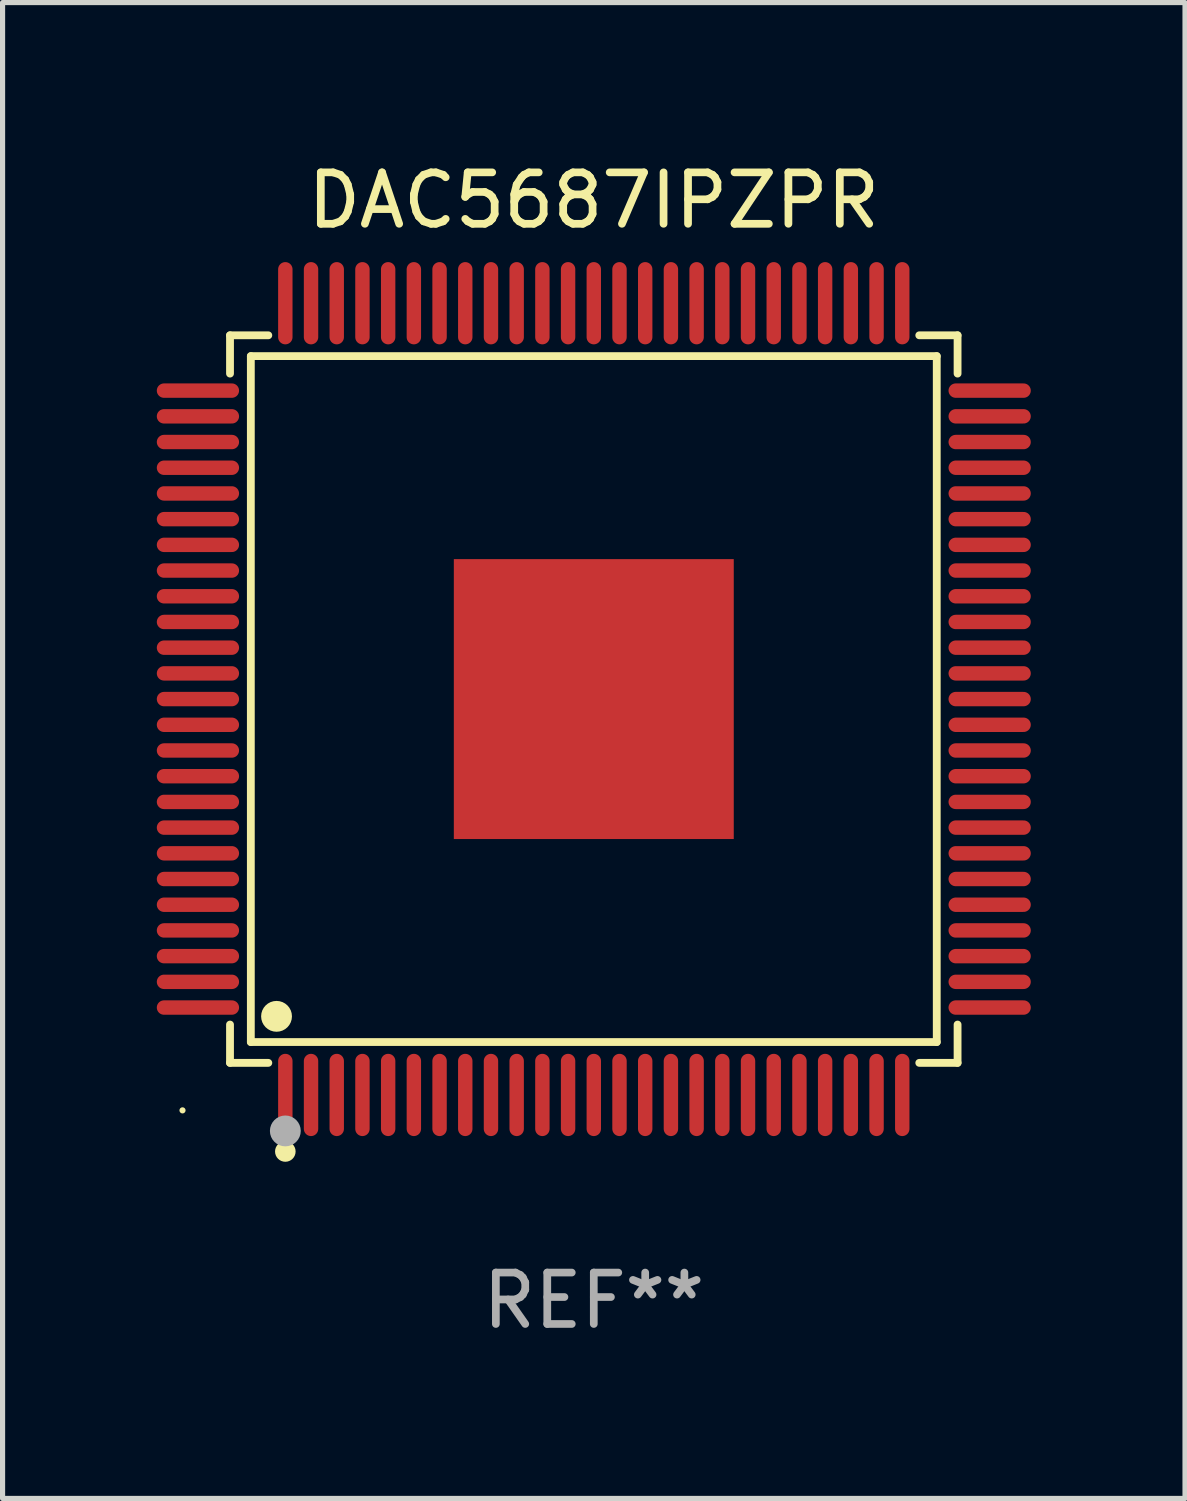
<source format=kicad_pcb>
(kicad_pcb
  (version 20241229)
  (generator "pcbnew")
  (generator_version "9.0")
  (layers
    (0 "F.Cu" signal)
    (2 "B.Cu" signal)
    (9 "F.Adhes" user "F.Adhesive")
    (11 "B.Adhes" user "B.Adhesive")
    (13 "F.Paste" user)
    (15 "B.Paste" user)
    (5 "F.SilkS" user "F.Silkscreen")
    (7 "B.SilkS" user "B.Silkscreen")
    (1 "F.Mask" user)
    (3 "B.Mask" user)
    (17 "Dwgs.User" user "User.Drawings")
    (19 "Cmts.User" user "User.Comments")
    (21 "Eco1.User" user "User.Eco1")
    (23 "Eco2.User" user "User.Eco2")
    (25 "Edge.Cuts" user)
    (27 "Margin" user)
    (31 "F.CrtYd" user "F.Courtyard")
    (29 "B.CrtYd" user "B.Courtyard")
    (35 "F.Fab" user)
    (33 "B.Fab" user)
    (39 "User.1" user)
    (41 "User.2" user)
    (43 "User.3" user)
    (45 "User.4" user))
  (footprint "DAC5687IPZPR"
    (layer "F.Cu")
    (at 8.5 10.548)
    (property "Reference" "DAC5687IPZPR" (at 0 -9.7 0) (layer "F.SilkS") (effects (font (size 1 1) (thickness 0.15))))
    (attr through_hole)
    (fp_line (start -7.076 -7.076) (end -6.331 -7.076) (stroke (width 0.152) (type solid)) (layer "F.SilkS"))
    (fp_line (start -7.076 -6.331) (end -7.076 -7.076) (stroke (width 0.152) (type solid)) (layer "F.SilkS"))
    (fp_line (start -7.076 6.331) (end -7.076 7.076) (stroke (width 0.152) (type solid)) (layer "F.SilkS"))
    (fp_line (start -7.076 7.076) (end -6.331 7.076) (stroke (width 0.152) (type solid)) (layer "F.SilkS"))
    (fp_line (start -6.671 -6.671) (end 6.671 -6.671) (stroke (width 0.152) (type solid)) (layer "F.SilkS"))
    (fp_line (start -6.671 6.671) (end -6.671 -6.671) (stroke (width 0.152) (type solid)) (layer "F.SilkS"))
    (fp_line (start 6.671 -6.671) (end 6.671 6.671) (stroke (width 0.152) (type solid)) (layer "F.SilkS"))
    (fp_line (start 6.671 6.671) (end -6.671 6.671) (stroke (width 0.152) (type solid)) (layer "F.SilkS"))
    (fp_line (start 7.076 -7.076) (end 6.331 -7.076) (stroke (width 0.152) (type solid)) (layer "F.SilkS"))
    (fp_line (start 7.076 -6.331) (end 7.076 -7.076) (stroke (width 0.152) (type solid)) (layer "F.SilkS"))
    (fp_line (start 7.076 6.331) (end 7.076 7.076) (stroke (width 0.152) (type solid)) (layer "F.SilkS"))
    (fp_line (start 7.076 7.076) (end 6.331 7.076) (stroke (width 0.152) (type solid)) (layer "F.SilkS"))
    (fp_circle (center -8 8) (end -7.97 8) (stroke (width 0.06) (type solid)) (fill no) (layer "F.SilkS"))
    (fp_circle (center -6.171 6.171) (end -6.021 6.171) (stroke (width 0.3) (type solid)) (fill no) (layer "F.SilkS"))
    (fp_circle (center -6 8.8) (end -5.9 8.8) (stroke (width 0.2) (type solid)) (fill no) (layer "F.SilkS"))
    (fp_circle (center -6 8.4) (end -5.85 8.4) (stroke (width 0.3) (type solid)) (fill no) (layer "F.Fab"))
    (fp_text user "REF**" (at 0 11.7 0) (layer "F.Fab") (effects (font (size 1 1) (thickness 0.15))))
    (pad "1" smd oval (at -6 7.7) (size 0.28 1.6) (layers "F.Cu" "F.Mask" "F.Paste"))
    (pad "2" smd oval (at -5.5 7.7) (size 0.28 1.6) (layers "F.Cu" "F.Mask" "F.Paste"))
    (pad "3" smd oval (at -5 7.7) (size 0.28 1.6) (layers "F.Cu" "F.Mask" "F.Paste"))
    (pad "4" smd oval (at -4.5 7.7) (size 0.28 1.6) (layers "F.Cu" "F.Mask" "F.Paste"))
    (pad "5" smd oval (at -4 7.7) (size 0.28 1.6) (layers "F.Cu" "F.Mask" "F.Paste"))
    (pad "6" smd oval (at -3.5 7.7) (size 0.28 1.6) (layers "F.Cu" "F.Mask" "F.Paste"))
    (pad "7" smd oval (at -3 7.7) (size 0.28 1.6) (layers "F.Cu" "F.Mask" "F.Paste"))
    (pad "8" smd oval (at -2.5 7.7) (size 0.28 1.6) (layers "F.Cu" "F.Mask" "F.Paste"))
    (pad "9" smd oval (at -2 7.7) (size 0.28 1.6) (layers "F.Cu" "F.Mask" "F.Paste"))
    (pad "10" smd oval (at -1.5 7.7) (size 0.28 1.6) (layers "F.Cu" "F.Mask" "F.Paste"))
    (pad "11" smd oval (at -1 7.7) (size 0.28 1.6) (layers "F.Cu" "F.Mask" "F.Paste"))
    (pad "12" smd oval (at -0.5 7.7) (size 0.28 1.6) (layers "F.Cu" "F.Mask" "F.Paste"))
    (pad "13" smd oval (at 0 7.7) (size 0.28 1.6) (layers "F.Cu" "F.Mask" "F.Paste"))
    (pad "14" smd oval (at 0.5 7.7) (size 0.28 1.6) (layers "F.Cu" "F.Mask" "F.Paste"))
    (pad "15" smd oval (at 1 7.7) (size 0.28 1.6) (layers "F.Cu" "F.Mask" "F.Paste"))
    (pad "16" smd oval (at 1.5 7.7) (size 0.28 1.6) (layers "F.Cu" "F.Mask" "F.Paste"))
    (pad "17" smd oval (at 2 7.7) (size 0.28 1.6) (layers "F.Cu" "F.Mask" "F.Paste"))
    (pad "18" smd oval (at 2.5 7.7) (size 0.28 1.6) (layers "F.Cu" "F.Mask" "F.Paste"))
    (pad "19" smd oval (at 3 7.7) (size 0.28 1.6) (layers "F.Cu" "F.Mask" "F.Paste"))
    (pad "20" smd oval (at 3.5 7.7) (size 0.28 1.6) (layers "F.Cu" "F.Mask" "F.Paste"))
    (pad "21" smd oval (at 4 7.7) (size 0.28 1.6) (layers "F.Cu" "F.Mask" "F.Paste"))
    (pad "22" smd oval (at 4.5 7.7) (size 0.28 1.6) (layers "F.Cu" "F.Mask" "F.Paste"))
    (pad "23" smd oval (at 5 7.7) (size 0.28 1.6) (layers "F.Cu" "F.Mask" "F.Paste"))
    (pad "24" smd oval (at 5.5 7.7) (size 0.28 1.6) (layers "F.Cu" "F.Mask" "F.Paste"))
    (pad "25" smd oval (at 6 7.7) (size 0.28 1.6) (layers "F.Cu" "F.Mask" "F.Paste"))
    (pad "26" smd oval (at 7.7 6) (size 1.6 0.28) (layers "F.Cu" "F.Mask" "F.Paste"))
    (pad "27" smd oval (at 7.7 5.5) (size 1.6 0.28) (layers "F.Cu" "F.Mask" "F.Paste"))
    (pad "28" smd oval (at 7.7 5) (size 1.6 0.28) (layers "F.Cu" "F.Mask" "F.Paste"))
    (pad "29" smd oval (at 7.7 4.5) (size 1.6 0.28) (layers "F.Cu" "F.Mask" "F.Paste"))
    (pad "30" smd oval (at 7.7 4) (size 1.6 0.28) (layers "F.Cu" "F.Mask" "F.Paste"))
    (pad "31" smd oval (at 7.7 3.5) (size 1.6 0.28) (layers "F.Cu" "F.Mask" "F.Paste"))
    (pad "32" smd oval (at 7.7 3) (size 1.6 0.28) (layers "F.Cu" "F.Mask" "F.Paste"))
    (pad "33" smd oval (at 7.7 2.5) (size 1.6 0.28) (layers "F.Cu" "F.Mask" "F.Paste"))
    (pad "34" smd oval (at 7.7 2) (size 1.6 0.28) (layers "F.Cu" "F.Mask" "F.Paste"))
    (pad "35" smd oval (at 7.7 1.5) (size 1.6 0.28) (layers "F.Cu" "F.Mask" "F.Paste"))
    (pad "36" smd oval (at 7.7 1) (size 1.6 0.28) (layers "F.Cu" "F.Mask" "F.Paste"))
    (pad "37" smd oval (at 7.7 0.5) (size 1.6 0.28) (layers "F.Cu" "F.Mask" "F.Paste"))
    (pad "38" smd oval (at 7.7 0) (size 1.6 0.28) (layers "F.Cu" "F.Mask" "F.Paste"))
    (pad "39" smd oval (at 7.7 -0.5) (size 1.6 0.28) (layers "F.Cu" "F.Mask" "F.Paste"))
    (pad "40" smd oval (at 7.7 -1) (size 1.6 0.28) (layers "F.Cu" "F.Mask" "F.Paste"))
    (pad "41" smd oval (at 7.7 -1.5) (size 1.6 0.28) (layers "F.Cu" "F.Mask" "F.Paste"))
    (pad "42" smd oval (at 7.7 -2) (size 1.6 0.28) (layers "F.Cu" "F.Mask" "F.Paste"))
    (pad "43" smd oval (at 7.7 -2.5) (size 1.6 0.28) (layers "F.Cu" "F.Mask" "F.Paste"))
    (pad "44" smd oval (at 7.7 -3) (size 1.6 0.28) (layers "F.Cu" "F.Mask" "F.Paste"))
    (pad "45" smd oval (at 7.7 -3.5) (size 1.6 0.28) (layers "F.Cu" "F.Mask" "F.Paste"))
    (pad "46" smd oval (at 7.7 -4) (size 1.6 0.28) (layers "F.Cu" "F.Mask" "F.Paste"))
    (pad "47" smd oval (at 7.7 -4.5) (size 1.6 0.28) (layers "F.Cu" "F.Mask" "F.Paste"))
    (pad "48" smd oval (at 7.7 -5) (size 1.6 0.28) (layers "F.Cu" "F.Mask" "F.Paste"))
    (pad "49" smd oval (at 7.7 -5.5) (size 1.6 0.28) (layers "F.Cu" "F.Mask" "F.Paste"))
    (pad "50" smd oval (at 7.7 -6) (size 1.6 0.28) (layers "F.Cu" "F.Mask" "F.Paste"))
    (pad "51" smd oval (at 6 -7.7) (size 0.28 1.6) (layers "F.Cu" "F.Mask" "F.Paste"))
    (pad "52" smd oval (at 5.5 -7.7) (size 0.28 1.6) (layers "F.Cu" "F.Mask" "F.Paste"))
    (pad "53" smd oval (at 5 -7.7) (size 0.28 1.6) (layers "F.Cu" "F.Mask" "F.Paste"))
    (pad "54" smd oval (at 4.5 -7.7) (size 0.28 1.6) (layers "F.Cu" "F.Mask" "F.Paste"))
    (pad "55" smd oval (at 4 -7.7) (size 0.28 1.6) (layers "F.Cu" "F.Mask" "F.Paste"))
    (pad "56" smd oval (at 3.5 -7.7) (size 0.28 1.6) (layers "F.Cu" "F.Mask" "F.Paste"))
    (pad "57" smd oval (at 3 -7.7) (size 0.28 1.6) (layers "F.Cu" "F.Mask" "F.Paste"))
    (pad "58" smd oval (at 2.5 -7.7) (size 0.28 1.6) (layers "F.Cu" "F.Mask" "F.Paste"))
    (pad "59" smd oval (at 2 -7.7) (size 0.28 1.6) (layers "F.Cu" "F.Mask" "F.Paste"))
    (pad "60" smd oval (at 1.5 -7.7) (size 0.28 1.6) (layers "F.Cu" "F.Mask" "F.Paste"))
    (pad "61" smd oval (at 1 -7.7) (size 0.28 1.6) (layers "F.Cu" "F.Mask" "F.Paste"))
    (pad "62" smd oval (at 0.5 -7.7) (size 0.28 1.6) (layers "F.Cu" "F.Mask" "F.Paste"))
    (pad "63" smd oval (at 0 -7.7) (size 0.28 1.6) (layers "F.Cu" "F.Mask" "F.Paste"))
    (pad "64" smd oval (at -0.5 -7.7) (size 0.28 1.6) (layers "F.Cu" "F.Mask" "F.Paste"))
    (pad "65" smd oval (at -1 -7.7) (size 0.28 1.6) (layers "F.Cu" "F.Mask" "F.Paste"))
    (pad "66" smd oval (at -1.5 -7.7) (size 0.28 1.6) (layers "F.Cu" "F.Mask" "F.Paste"))
    (pad "67" smd oval (at -2 -7.7) (size 0.28 1.6) (layers "F.Cu" "F.Mask" "F.Paste"))
    (pad "68" smd oval (at -2.5 -7.7) (size 0.28 1.6) (layers "F.Cu" "F.Mask" "F.Paste"))
    (pad "69" smd oval (at -3 -7.7) (size 0.28 1.6) (layers "F.Cu" "F.Mask" "F.Paste"))
    (pad "70" smd oval (at -3.5 -7.7) (size 0.28 1.6) (layers "F.Cu" "F.Mask" "F.Paste"))
    (pad "71" smd oval (at -4 -7.7) (size 0.28 1.6) (layers "F.Cu" "F.Mask" "F.Paste"))
    (pad "72" smd oval (at -4.5 -7.7) (size 0.28 1.6) (layers "F.Cu" "F.Mask" "F.Paste"))
    (pad "73" smd oval (at -5 -7.7) (size 0.28 1.6) (layers "F.Cu" "F.Mask" "F.Paste"))
    (pad "74" smd oval (at -5.5 -7.7) (size 0.28 1.6) (layers "F.Cu" "F.Mask" "F.Paste"))
    (pad "75" smd oval (at -6 -7.7) (size 0.28 1.6) (layers "F.Cu" "F.Mask" "F.Paste"))
    (pad "76" smd oval (at -7.7 -6) (size 1.6 0.28) (layers "F.Cu" "F.Mask" "F.Paste"))
    (pad "77" smd oval (at -7.7 -5.5) (size 1.6 0.28) (layers "F.Cu" "F.Mask" "F.Paste"))
    (pad "78" smd oval (at -7.7 -5) (size 1.6 0.28) (layers "F.Cu" "F.Mask" "F.Paste"))
    (pad "79" smd oval (at -7.7 -4.5) (size 1.6 0.28) (layers "F.Cu" "F.Mask" "F.Paste"))
    (pad "80" smd oval (at -7.7 -4) (size 1.6 0.28) (layers "F.Cu" "F.Mask" "F.Paste"))
    (pad "81" smd oval (at -7.7 -3.5) (size 1.6 0.28) (layers "F.Cu" "F.Mask" "F.Paste"))
    (pad "82" smd oval (at -7.7 -3) (size 1.6 0.28) (layers "F.Cu" "F.Mask" "F.Paste"))
    (pad "83" smd oval (at -7.7 -2.5) (size 1.6 0.28) (layers "F.Cu" "F.Mask" "F.Paste"))
    (pad "84" smd oval (at -7.7 -2) (size 1.6 0.28) (layers "F.Cu" "F.Mask" "F.Paste"))
    (pad "85" smd oval (at -7.7 -1.5) (size 1.6 0.28) (layers "F.Cu" "F.Mask" "F.Paste"))
    (pad "86" smd oval (at -7.7 -1) (size 1.6 0.28) (layers "F.Cu" "F.Mask" "F.Paste"))
    (pad "87" smd oval (at -7.7 -0.5) (size 1.6 0.28) (layers "F.Cu" "F.Mask" "F.Paste"))
    (pad "88" smd oval (at -7.7 0) (size 1.6 0.28) (layers "F.Cu" "F.Mask" "F.Paste"))
    (pad "89" smd oval (at -7.7 0.5) (size 1.6 0.28) (layers "F.Cu" "F.Mask" "F.Paste"))
    (pad "90" smd oval (at -7.7 1) (size 1.6 0.28) (layers "F.Cu" "F.Mask" "F.Paste"))
    (pad "91" smd oval (at -7.7 1.5) (size 1.6 0.28) (layers "F.Cu" "F.Mask" "F.Paste"))
    (pad "92" smd oval (at -7.7 2) (size 1.6 0.28) (layers "F.Cu" "F.Mask" "F.Paste"))
    (pad "93" smd oval (at -7.7 2.5) (size 1.6 0.28) (layers "F.Cu" "F.Mask" "F.Paste"))
    (pad "94" smd oval (at -7.7 3) (size 1.6 0.28) (layers "F.Cu" "F.Mask" "F.Paste"))
    (pad "95" smd oval (at -7.7 3.5) (size 1.6 0.28) (layers "F.Cu" "F.Mask" "F.Paste"))
    (pad "96" smd oval (at -7.7 4) (size 1.6 0.28) (layers "F.Cu" "F.Mask" "F.Paste"))
    (pad "97" smd oval (at -7.7 4.5) (size 1.6 0.28) (layers "F.Cu" "F.Mask" "F.Paste"))
    (pad "98" smd oval (at -7.7 5) (size 1.6 0.28) (layers "F.Cu" "F.Mask" "F.Paste"))
    (pad "99" smd oval (at -7.7 5.5) (size 1.6 0.28) (layers "F.Cu" "F.Mask" "F.Paste"))
    (pad "100" smd oval (at -7.7 6) (size 1.6 0.28) (layers "F.Cu" "F.Mask" "F.Paste"))
    (pad "101" smd rect (at 0 0) (size 5.445 5.445) (layers "F.Cu" "F.Mask" "F.Paste")))
  (gr_rect
    (start -3 -3)
    (end 20 26.097)
    (stroke (width 0.1) (type default))
    (fill no)
    (layer "Edge.Cuts")))
</source>
